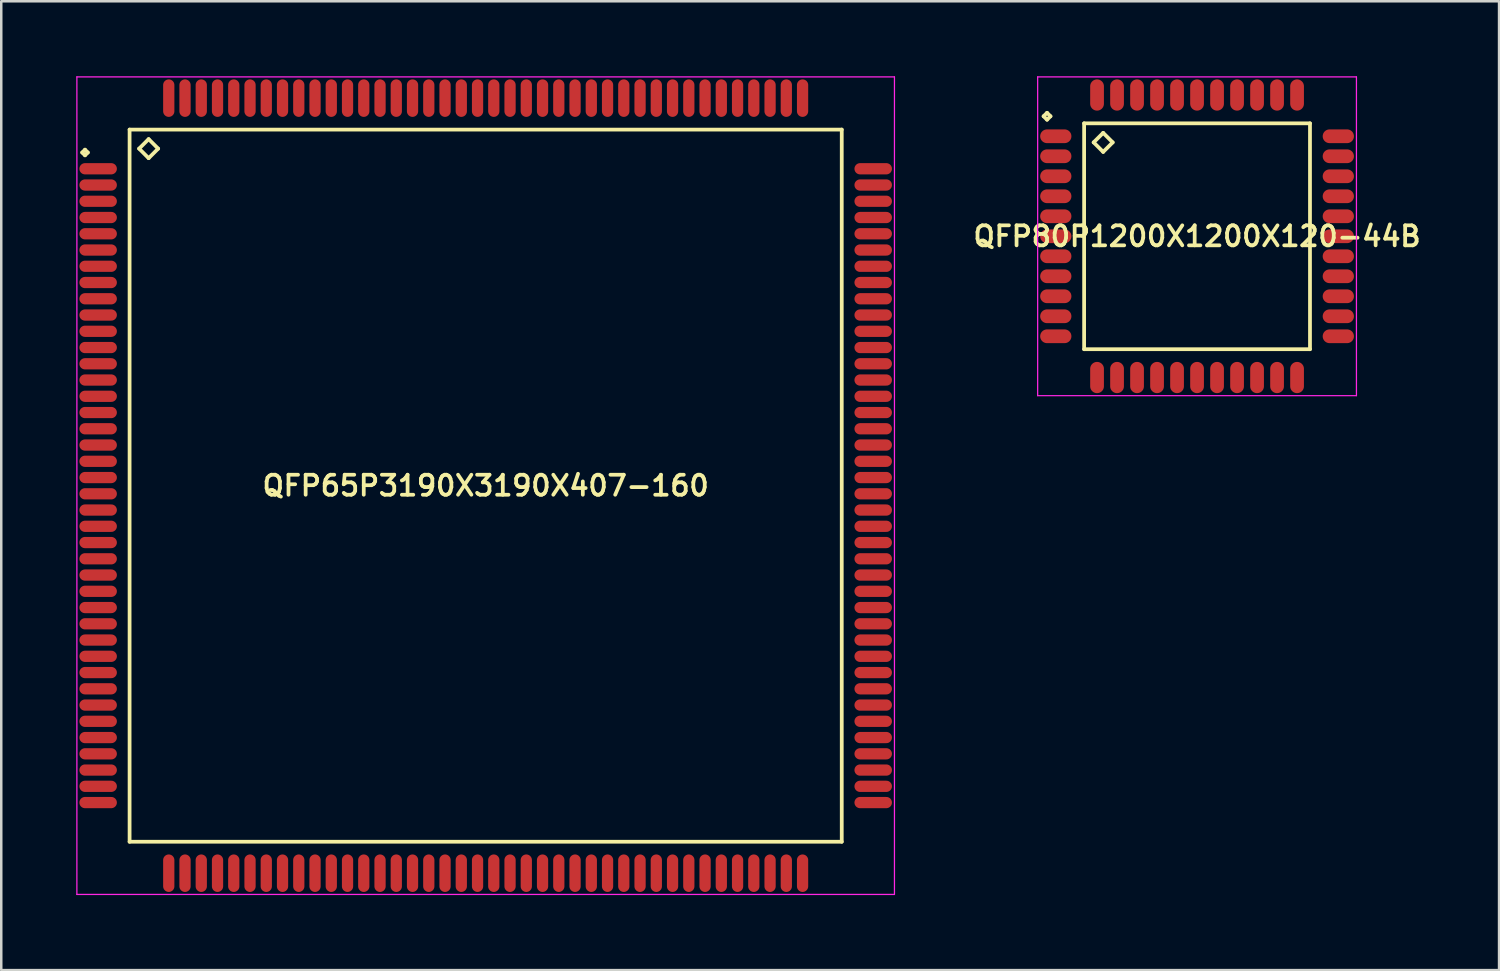
<source format=kicad_pcb>
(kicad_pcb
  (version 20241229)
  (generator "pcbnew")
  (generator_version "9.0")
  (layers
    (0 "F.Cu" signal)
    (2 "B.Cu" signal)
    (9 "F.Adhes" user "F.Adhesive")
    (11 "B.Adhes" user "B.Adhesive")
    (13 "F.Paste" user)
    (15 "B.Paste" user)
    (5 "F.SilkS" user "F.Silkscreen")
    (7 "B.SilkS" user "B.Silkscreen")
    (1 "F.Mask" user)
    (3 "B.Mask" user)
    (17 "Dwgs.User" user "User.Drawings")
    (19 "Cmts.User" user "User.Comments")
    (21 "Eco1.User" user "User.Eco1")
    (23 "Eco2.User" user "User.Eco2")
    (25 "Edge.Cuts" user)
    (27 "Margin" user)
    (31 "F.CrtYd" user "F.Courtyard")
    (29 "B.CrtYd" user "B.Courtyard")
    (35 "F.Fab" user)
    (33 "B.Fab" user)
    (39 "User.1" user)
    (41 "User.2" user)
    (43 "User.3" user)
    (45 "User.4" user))
  (footprint "QFP80P1200X1200X120-44B"
    (layer "F.Cu")
    (at 44.828 6.4)
    (property "Reference" "QFP80P1200X1200X120-44B" (at 0 0 0) (layer "F.SilkS") (effects (font (size 0.8 0.8) (thickness 0.15))))
    (attr smd)
    (fp_line (start -6.138 -4.8) (end -6 -4.938) (stroke (width 0.15) (type solid)) (layer "F.SilkS"))
    (fp_line (start -6 -4.938) (end -5.862 -4.8) (stroke (width 0.15) (type solid)) (layer "F.SilkS"))
    (fp_line (start -6 -4.662) (end -6.138 -4.8) (stroke (width 0.15) (type solid)) (layer "F.SilkS"))
    (fp_line (start -5.862 -4.8) (end -6 -4.662) (stroke (width 0.15) (type solid)) (layer "F.SilkS"))
    (fp_line (start -4.517 -4.517) (end -4.517 4.517) (stroke (width 0.15) (type solid)) (layer "F.SilkS"))
    (fp_line (start -4.517 4.517) (end 4.517 4.517) (stroke (width 0.15) (type solid)) (layer "F.SilkS"))
    (fp_line (start -4.136 -3.755) (end -3.755 -4.136) (stroke (width 0.15) (type solid)) (layer "F.SilkS"))
    (fp_line (start -3.755 -4.136) (end -3.374 -3.755) (stroke (width 0.15) (type solid)) (layer "F.SilkS"))
    (fp_line (start -3.755 -3.374) (end -4.136 -3.755) (stroke (width 0.15) (type solid)) (layer "F.SilkS"))
    (fp_line (start -3.374 -3.755) (end -3.755 -3.374) (stroke (width 0.15) (type solid)) (layer "F.SilkS"))
    (fp_line (start 4.517 -4.517) (end -4.517 -4.517) (stroke (width 0.15) (type solid)) (layer "F.SilkS"))
    (fp_line (start 4.517 4.517) (end 4.517 -4.517) (stroke (width 0.15) (type solid)) (layer "F.SilkS"))
    (fp_line (start -6.375 -6.375) (end 6.375 -6.375) (stroke (width 0.05) (type solid)) (layer "F.CrtYd"))
    (fp_line (start -6.375 6.375) (end -6.375 -6.375) (stroke (width 0.05) (type solid)) (layer "F.CrtYd"))
    (fp_line (start 6.375 -6.375) (end 6.375 6.375) (stroke (width 0.05) (type solid)) (layer "F.CrtYd"))
    (fp_line (start 6.375 6.375) (end -6.375 6.375) (stroke (width 0.05) (type solid)) (layer "F.CrtYd"))
    (pad "1" smd oval (at -5.65 -4) (size 1.25 0.55) (layers "F.Cu" "F.Mask" "F.Paste"))
    (pad "2" smd oval (at -5.65 -3.2) (size 1.25 0.55) (layers "F.Cu" "F.Mask" "F.Paste"))
    (pad "3" smd oval (at -5.65 -2.4) (size 1.25 0.55) (layers "F.Cu" "F.Mask" "F.Paste"))
    (pad "4" smd oval (at -5.65 -1.6) (size 1.25 0.55) (layers "F.Cu" "F.Mask" "F.Paste"))
    (pad "5" smd oval (at -5.65 -0.8) (size 1.25 0.55) (layers "F.Cu" "F.Mask" "F.Paste"))
    (pad "6" smd oval (at -5.65 0) (size 1.25 0.55) (layers "F.Cu" "F.Mask" "F.Paste"))
    (pad "7" smd oval (at -5.65 0.8) (size 1.25 0.55) (layers "F.Cu" "F.Mask" "F.Paste"))
    (pad "8" smd oval (at -5.65 1.6) (size 1.25 0.55) (layers "F.Cu" "F.Mask" "F.Paste"))
    (pad "9" smd oval (at -5.65 2.4) (size 1.25 0.55) (layers "F.Cu" "F.Mask" "F.Paste"))
    (pad "10" smd oval (at -5.65 3.2) (size 1.25 0.55) (layers "F.Cu" "F.Mask" "F.Paste"))
    (pad "11" smd oval (at -5.65 4) (size 1.25 0.55) (layers "F.Cu" "F.Mask" "F.Paste"))
    (pad "12" smd oval (at -4 5.65) (size 0.55 1.25) (layers "F.Cu" "F.Mask" "F.Paste"))
    (pad "13" smd oval (at -3.2 5.65) (size 0.55 1.25) (layers "F.Cu" "F.Mask" "F.Paste"))
    (pad "14" smd oval (at -2.4 5.65) (size 0.55 1.25) (layers "F.Cu" "F.Mask" "F.Paste"))
    (pad "15" smd oval (at -1.6 5.65) (size 0.55 1.25) (layers "F.Cu" "F.Mask" "F.Paste"))
    (pad "16" smd oval (at -0.8 5.65) (size 0.55 1.25) (layers "F.Cu" "F.Mask" "F.Paste"))
    (pad "17" smd oval (at 0 5.65) (size 0.55 1.25) (layers "F.Cu" "F.Mask" "F.Paste"))
    (pad "18" smd oval (at 0.8 5.65) (size 0.55 1.25) (layers "F.Cu" "F.Mask" "F.Paste"))
    (pad "19" smd oval (at 1.6 5.65) (size 0.55 1.25) (layers "F.Cu" "F.Mask" "F.Paste"))
    (pad "20" smd oval (at 2.4 5.65) (size 0.55 1.25) (layers "F.Cu" "F.Mask" "F.Paste"))
    (pad "21" smd oval (at 3.2 5.65) (size 0.55 1.25) (layers "F.Cu" "F.Mask" "F.Paste"))
    (pad "22" smd oval (at 4 5.65) (size 0.55 1.25) (layers "F.Cu" "F.Mask" "F.Paste"))
    (pad "23" smd oval (at 5.65 4) (size 1.25 0.55) (layers "F.Cu" "F.Mask" "F.Paste"))
    (pad "24" smd oval (at 5.65 3.2) (size 1.25 0.55) (layers "F.Cu" "F.Mask" "F.Paste"))
    (pad "25" smd oval (at 5.65 2.4) (size 1.25 0.55) (layers "F.Cu" "F.Mask" "F.Paste"))
    (pad "26" smd oval (at 5.65 1.6) (size 1.25 0.55) (layers "F.Cu" "F.Mask" "F.Paste"))
    (pad "27" smd oval (at 5.65 0.8) (size 1.25 0.55) (layers "F.Cu" "F.Mask" "F.Paste"))
    (pad "28" smd oval (at 5.65 0) (size 1.25 0.55) (layers "F.Cu" "F.Mask" "F.Paste"))
    (pad "29" smd oval (at 5.65 -0.8) (size 1.25 0.55) (layers "F.Cu" "F.Mask" "F.Paste"))
    (pad "30" smd oval (at 5.65 -1.6) (size 1.25 0.55) (layers "F.Cu" "F.Mask" "F.Paste"))
    (pad "31" smd oval (at 5.65 -2.4) (size 1.25 0.55) (layers "F.Cu" "F.Mask" "F.Paste"))
    (pad "32" smd oval (at 5.65 -3.2) (size 1.25 0.55) (layers "F.Cu" "F.Mask" "F.Paste"))
    (pad "33" smd oval (at 5.65 -4) (size 1.25 0.55) (layers "F.Cu" "F.Mask" "F.Paste"))
    (pad "34" smd oval (at 4 -5.65) (size 0.55 1.25) (layers "F.Cu" "F.Mask" "F.Paste"))
    (pad "35" smd oval (at 3.2 -5.65) (size 0.55 1.25) (layers "F.Cu" "F.Mask" "F.Paste"))
    (pad "36" smd oval (at 2.4 -5.65) (size 0.55 1.25) (layers "F.Cu" "F.Mask" "F.Paste"))
    (pad "37" smd oval (at 1.6 -5.65) (size 0.55 1.25) (layers "F.Cu" "F.Mask" "F.Paste"))
    (pad "38" smd oval (at 0.8 -5.65) (size 0.55 1.25) (layers "F.Cu" "F.Mask" "F.Paste"))
    (pad "39" smd oval (at 0 -5.65) (size 0.55 1.25) (layers "F.Cu" "F.Mask" "F.Paste"))
    (pad "40" smd oval (at -0.8 -5.65) (size 0.55 1.25) (layers "F.Cu" "F.Mask" "F.Paste"))
    (pad "41" smd oval (at -1.6 -5.65) (size 0.55 1.25) (layers "F.Cu" "F.Mask" "F.Paste"))
    (pad "42" smd oval (at -2.4 -5.65) (size 0.55 1.25) (layers "F.Cu" "F.Mask" "F.Paste"))
    (pad "43" smd oval (at -3.2 -5.65) (size 0.55 1.25) (layers "F.Cu" "F.Mask" "F.Paste"))
    (pad "44" smd oval (at -4 -5.65) (size 0.55 1.25) (layers "F.Cu" "F.Mask" "F.Paste")))
  (footprint "QFP65P3190X3190X407-160"
    (layer "F.Cu")
    (at 16.375 16.375)
    (property "Reference" "QFP65P3190X3190X407-160" (at 0 0 0) (layer "F.SilkS") (effects (font (size 0.8 0.8) (thickness 0.15))))
    (attr smd)
    (fp_line (start -16.137 -13.325) (end -16.025 -13.438) (stroke (width 0.15) (type solid)) (layer "F.SilkS"))
    (fp_line (start -16.025 -13.438) (end -15.912 -13.325) (stroke (width 0.15) (type solid)) (layer "F.SilkS"))
    (fp_line (start -16.025 -13.213) (end -16.137 -13.325) (stroke (width 0.15) (type solid)) (layer "F.SilkS"))
    (fp_line (start -15.912 -13.325) (end -16.025 -13.213) (stroke (width 0.15) (type solid)) (layer "F.SilkS"))
    (fp_line (start -14.242 -14.242) (end -14.242 14.242) (stroke (width 0.15) (type solid)) (layer "F.SilkS"))
    (fp_line (start -14.242 14.242) (end 14.242 14.242) (stroke (width 0.15) (type solid)) (layer "F.SilkS"))
    (fp_line (start -13.861 -13.48) (end -13.48 -13.861) (stroke (width 0.15) (type solid)) (layer "F.SilkS"))
    (fp_line (start -13.48 -13.861) (end -13.099 -13.48) (stroke (width 0.15) (type solid)) (layer "F.SilkS"))
    (fp_line (start -13.48 -13.099) (end -13.861 -13.48) (stroke (width 0.15) (type solid)) (layer "F.SilkS"))
    (fp_line (start -13.099 -13.48) (end -13.48 -13.099) (stroke (width 0.15) (type solid)) (layer "F.SilkS"))
    (fp_line (start 14.242 -14.242) (end -14.242 -14.242) (stroke (width 0.15) (type solid)) (layer "F.SilkS"))
    (fp_line (start 14.242 14.242) (end 14.242 -14.242) (stroke (width 0.15) (type solid)) (layer "F.SilkS"))
    (fp_line (start -16.35 -16.35) (end 16.35 -16.35) (stroke (width 0.05) (type solid)) (layer "F.CrtYd"))
    (fp_line (start -16.35 16.35) (end -16.35 -16.35) (stroke (width 0.05) (type solid)) (layer "F.CrtYd"))
    (fp_line (start 16.35 -16.35) (end 16.35 16.35) (stroke (width 0.05) (type solid)) (layer "F.CrtYd"))
    (fp_line (start 16.35 16.35) (end -16.35 16.35) (stroke (width 0.05) (type solid)) (layer "F.CrtYd"))
    (pad "1" smd oval (at -15.5 -12.675) (size 1.5 0.45) (layers "F.Cu" "F.Mask" "F.Paste"))
    (pad "2" smd oval (at -15.5 -12.025) (size 1.5 0.45) (layers "F.Cu" "F.Mask" "F.Paste"))
    (pad "3" smd oval (at -15.5 -11.375) (size 1.5 0.45) (layers "F.Cu" "F.Mask" "F.Paste"))
    (pad "4" smd oval (at -15.5 -10.725) (size 1.5 0.45) (layers "F.Cu" "F.Mask" "F.Paste"))
    (pad "5" smd oval (at -15.5 -10.075) (size 1.5 0.45) (layers "F.Cu" "F.Mask" "F.Paste"))
    (pad "6" smd oval (at -15.5 -9.425) (size 1.5 0.45) (layers "F.Cu" "F.Mask" "F.Paste"))
    (pad "7" smd oval (at -15.5 -8.775) (size 1.5 0.45) (layers "F.Cu" "F.Mask" "F.Paste"))
    (pad "8" smd oval (at -15.5 -8.125) (size 1.5 0.45) (layers "F.Cu" "F.Mask" "F.Paste"))
    (pad "9" smd oval (at -15.5 -7.475) (size 1.5 0.45) (layers "F.Cu" "F.Mask" "F.Paste"))
    (pad "10" smd oval (at -15.5 -6.825) (size 1.5 0.45) (layers "F.Cu" "F.Mask" "F.Paste"))
    (pad "11" smd oval (at -15.5 -6.175) (size 1.5 0.45) (layers "F.Cu" "F.Mask" "F.Paste"))
    (pad "12" smd oval (at -15.5 -5.525) (size 1.5 0.45) (layers "F.Cu" "F.Mask" "F.Paste"))
    (pad "13" smd oval (at -15.5 -4.875) (size 1.5 0.45) (layers "F.Cu" "F.Mask" "F.Paste"))
    (pad "14" smd oval (at -15.5 -4.225) (size 1.5 0.45) (layers "F.Cu" "F.Mask" "F.Paste"))
    (pad "15" smd oval (at -15.5 -3.575) (size 1.5 0.45) (layers "F.Cu" "F.Mask" "F.Paste"))
    (pad "16" smd oval (at -15.5 -2.925) (size 1.5 0.45) (layers "F.Cu" "F.Mask" "F.Paste"))
    (pad "17" smd oval (at -15.5 -2.275) (size 1.5 0.45) (layers "F.Cu" "F.Mask" "F.Paste"))
    (pad "18" smd oval (at -15.5 -1.625) (size 1.5 0.45) (layers "F.Cu" "F.Mask" "F.Paste"))
    (pad "19" smd oval (at -15.5 -0.975) (size 1.5 0.45) (layers "F.Cu" "F.Mask" "F.Paste"))
    (pad "20" smd oval (at -15.5 -0.325) (size 1.5 0.45) (layers "F.Cu" "F.Mask" "F.Paste"))
    (pad "21" smd oval (at -15.5 0.325) (size 1.5 0.45) (layers "F.Cu" "F.Mask" "F.Paste"))
    (pad "22" smd oval (at -15.5 0.975) (size 1.5 0.45) (layers "F.Cu" "F.Mask" "F.Paste"))
    (pad "23" smd oval (at -15.5 1.625) (size 1.5 0.45) (layers "F.Cu" "F.Mask" "F.Paste"))
    (pad "24" smd oval (at -15.5 2.275) (size 1.5 0.45) (layers "F.Cu" "F.Mask" "F.Paste"))
    (pad "25" smd oval (at -15.5 2.925) (size 1.5 0.45) (layers "F.Cu" "F.Mask" "F.Paste"))
    (pad "26" smd oval (at -15.5 3.575) (size 1.5 0.45) (layers "F.Cu" "F.Mask" "F.Paste"))
    (pad "27" smd oval (at -15.5 4.225) (size 1.5 0.45) (layers "F.Cu" "F.Mask" "F.Paste"))
    (pad "28" smd oval (at -15.5 4.875) (size 1.5 0.45) (layers "F.Cu" "F.Mask" "F.Paste"))
    (pad "29" smd oval (at -15.5 5.525) (size 1.5 0.45) (layers "F.Cu" "F.Mask" "F.Paste"))
    (pad "30" smd oval (at -15.5 6.175) (size 1.5 0.45) (layers "F.Cu" "F.Mask" "F.Paste"))
    (pad "31" smd oval (at -15.5 6.825) (size 1.5 0.45) (layers "F.Cu" "F.Mask" "F.Paste"))
    (pad "32" smd oval (at -15.5 7.475) (size 1.5 0.45) (layers "F.Cu" "F.Mask" "F.Paste"))
    (pad "33" smd oval (at -15.5 8.125) (size 1.5 0.45) (layers "F.Cu" "F.Mask" "F.Paste"))
    (pad "34" smd oval (at -15.5 8.775) (size 1.5 0.45) (layers "F.Cu" "F.Mask" "F.Paste"))
    (pad "35" smd oval (at -15.5 9.425) (size 1.5 0.45) (layers "F.Cu" "F.Mask" "F.Paste"))
    (pad "36" smd oval (at -15.5 10.075) (size 1.5 0.45) (layers "F.Cu" "F.Mask" "F.Paste"))
    (pad "37" smd oval (at -15.5 10.725) (size 1.5 0.45) (layers "F.Cu" "F.Mask" "F.Paste"))
    (pad "38" smd oval (at -15.5 11.375) (size 1.5 0.45) (layers "F.Cu" "F.Mask" "F.Paste"))
    (pad "39" smd oval (at -15.5 12.025) (size 1.5 0.45) (layers "F.Cu" "F.Mask" "F.Paste"))
    (pad "40" smd oval (at -15.5 12.675) (size 1.5 0.45) (layers "F.Cu" "F.Mask" "F.Paste"))
    (pad "41" smd oval (at -12.675 15.5) (size 0.45 1.5) (layers "F.Cu" "F.Mask" "F.Paste"))
    (pad "42" smd oval (at -12.025 15.5) (size 0.45 1.5) (layers "F.Cu" "F.Mask" "F.Paste"))
    (pad "43" smd oval (at -11.375 15.5) (size 0.45 1.5) (layers "F.Cu" "F.Mask" "F.Paste"))
    (pad "44" smd oval (at -10.725 15.5) (size 0.45 1.5) (layers "F.Cu" "F.Mask" "F.Paste"))
    (pad "45" smd oval (at -10.075 15.5) (size 0.45 1.5) (layers "F.Cu" "F.Mask" "F.Paste"))
    (pad "46" smd oval (at -9.425 15.5) (size 0.45 1.5) (layers "F.Cu" "F.Mask" "F.Paste"))
    (pad "47" smd oval (at -8.775 15.5) (size 0.45 1.5) (layers "F.Cu" "F.Mask" "F.Paste"))
    (pad "48" smd oval (at -8.125 15.5) (size 0.45 1.5) (layers "F.Cu" "F.Mask" "F.Paste"))
    (pad "49" smd oval (at -7.475 15.5) (size 0.45 1.5) (layers "F.Cu" "F.Mask" "F.Paste"))
    (pad "50" smd oval (at -6.825 15.5) (size 0.45 1.5) (layers "F.Cu" "F.Mask" "F.Paste"))
    (pad "51" smd oval (at -6.175 15.5) (size 0.45 1.5) (layers "F.Cu" "F.Mask" "F.Paste"))
    (pad "52" smd oval (at -5.525 15.5) (size 0.45 1.5) (layers "F.Cu" "F.Mask" "F.Paste"))
    (pad "53" smd oval (at -4.875 15.5) (size 0.45 1.5) (layers "F.Cu" "F.Mask" "F.Paste"))
    (pad "54" smd oval (at -4.225 15.5) (size 0.45 1.5) (layers "F.Cu" "F.Mask" "F.Paste"))
    (pad "55" smd oval (at -3.575 15.5) (size 0.45 1.5) (layers "F.Cu" "F.Mask" "F.Paste"))
    (pad "56" smd oval (at -2.925 15.5) (size 0.45 1.5) (layers "F.Cu" "F.Mask" "F.Paste"))
    (pad "57" smd oval (at -2.275 15.5) (size 0.45 1.5) (layers "F.Cu" "F.Mask" "F.Paste"))
    (pad "58" smd oval (at -1.625 15.5) (size 0.45 1.5) (layers "F.Cu" "F.Mask" "F.Paste"))
    (pad "59" smd oval (at -0.975 15.5) (size 0.45 1.5) (layers "F.Cu" "F.Mask" "F.Paste"))
    (pad "60" smd oval (at -0.325 15.5) (size 0.45 1.5) (layers "F.Cu" "F.Mask" "F.Paste"))
    (pad "61" smd oval (at 0.325 15.5) (size 0.45 1.5) (layers "F.Cu" "F.Mask" "F.Paste"))
    (pad "62" smd oval (at 0.975 15.5) (size 0.45 1.5) (layers "F.Cu" "F.Mask" "F.Paste"))
    (pad "63" smd oval (at 1.625 15.5) (size 0.45 1.5) (layers "F.Cu" "F.Mask" "F.Paste"))
    (pad "64" smd oval (at 2.275 15.5) (size 0.45 1.5) (layers "F.Cu" "F.Mask" "F.Paste"))
    (pad "65" smd oval (at 2.925 15.5) (size 0.45 1.5) (layers "F.Cu" "F.Mask" "F.Paste"))
    (pad "66" smd oval (at 3.575 15.5) (size 0.45 1.5) (layers "F.Cu" "F.Mask" "F.Paste"))
    (pad "67" smd oval (at 4.225 15.5) (size 0.45 1.5) (layers "F.Cu" "F.Mask" "F.Paste"))
    (pad "68" smd oval (at 4.875 15.5) (size 0.45 1.5) (layers "F.Cu" "F.Mask" "F.Paste"))
    (pad "69" smd oval (at 5.525 15.5) (size 0.45 1.5) (layers "F.Cu" "F.Mask" "F.Paste"))
    (pad "70" smd oval (at 6.175 15.5) (size 0.45 1.5) (layers "F.Cu" "F.Mask" "F.Paste"))
    (pad "71" smd oval (at 6.825 15.5) (size 0.45 1.5) (layers "F.Cu" "F.Mask" "F.Paste"))
    (pad "72" smd oval (at 7.475 15.5) (size 0.45 1.5) (layers "F.Cu" "F.Mask" "F.Paste"))
    (pad "73" smd oval (at 8.125 15.5) (size 0.45 1.5) (layers "F.Cu" "F.Mask" "F.Paste"))
    (pad "74" smd oval (at 8.775 15.5) (size 0.45 1.5) (layers "F.Cu" "F.Mask" "F.Paste"))
    (pad "75" smd oval (at 9.425 15.5) (size 0.45 1.5) (layers "F.Cu" "F.Mask" "F.Paste"))
    (pad "76" smd oval (at 10.075 15.5) (size 0.45 1.5) (layers "F.Cu" "F.Mask" "F.Paste"))
    (pad "77" smd oval (at 10.725 15.5) (size 0.45 1.5) (layers "F.Cu" "F.Mask" "F.Paste"))
    (pad "78" smd oval (at 11.375 15.5) (size 0.45 1.5) (layers "F.Cu" "F.Mask" "F.Paste"))
    (pad "79" smd oval (at 12.025 15.5) (size 0.45 1.5) (layers "F.Cu" "F.Mask" "F.Paste"))
    (pad "80" smd oval (at 12.675 15.5) (size 0.45 1.5) (layers "F.Cu" "F.Mask" "F.Paste"))
    (pad "81" smd oval (at 15.5 12.675) (size 1.5 0.45) (layers "F.Cu" "F.Mask" "F.Paste"))
    (pad "82" smd oval (at 15.5 12.025) (size 1.5 0.45) (layers "F.Cu" "F.Mask" "F.Paste"))
    (pad "83" smd oval (at 15.5 11.375) (size 1.5 0.45) (layers "F.Cu" "F.Mask" "F.Paste"))
    (pad "84" smd oval (at 15.5 10.725) (size 1.5 0.45) (layers "F.Cu" "F.Mask" "F.Paste"))
    (pad "85" smd oval (at 15.5 10.075) (size 1.5 0.45) (layers "F.Cu" "F.Mask" "F.Paste"))
    (pad "86" smd oval (at 15.5 9.425) (size 1.5 0.45) (layers "F.Cu" "F.Mask" "F.Paste"))
    (pad "87" smd oval (at 15.5 8.775) (size 1.5 0.45) (layers "F.Cu" "F.Mask" "F.Paste"))
    (pad "88" smd oval (at 15.5 8.125) (size 1.5 0.45) (layers "F.Cu" "F.Mask" "F.Paste"))
    (pad "89" smd oval (at 15.5 7.475) (size 1.5 0.45) (layers "F.Cu" "F.Mask" "F.Paste"))
    (pad "90" smd oval (at 15.5 6.825) (size 1.5 0.45) (layers "F.Cu" "F.Mask" "F.Paste"))
    (pad "91" smd oval (at 15.5 6.175) (size 1.5 0.45) (layers "F.Cu" "F.Mask" "F.Paste"))
    (pad "92" smd oval (at 15.5 5.525) (size 1.5 0.45) (layers "F.Cu" "F.Mask" "F.Paste"))
    (pad "93" smd oval (at 15.5 4.875) (size 1.5 0.45) (layers "F.Cu" "F.Mask" "F.Paste"))
    (pad "94" smd oval (at 15.5 4.225) (size 1.5 0.45) (layers "F.Cu" "F.Mask" "F.Paste"))
    (pad "95" smd oval (at 15.5 3.575) (size 1.5 0.45) (layers "F.Cu" "F.Mask" "F.Paste"))
    (pad "96" smd oval (at 15.5 2.925) (size 1.5 0.45) (layers "F.Cu" "F.Mask" "F.Paste"))
    (pad "97" smd oval (at 15.5 2.275) (size 1.5 0.45) (layers "F.Cu" "F.Mask" "F.Paste"))
    (pad "98" smd oval (at 15.5 1.625) (size 1.5 0.45) (layers "F.Cu" "F.Mask" "F.Paste"))
    (pad "99" smd oval (at 15.5 0.975) (size 1.5 0.45) (layers "F.Cu" "F.Mask" "F.Paste"))
    (pad "100" smd oval (at 15.5 0.325) (size 1.5 0.45) (layers "F.Cu" "F.Mask" "F.Paste"))
    (pad "101" smd oval (at 15.5 -0.325) (size 1.5 0.45) (layers "F.Cu" "F.Mask" "F.Paste"))
    (pad "102" smd oval (at 15.5 -0.975) (size 1.5 0.45) (layers "F.Cu" "F.Mask" "F.Paste"))
    (pad "103" smd oval (at 15.5 -1.625) (size 1.5 0.45) (layers "F.Cu" "F.Mask" "F.Paste"))
    (pad "104" smd oval (at 15.5 -2.275) (size 1.5 0.45) (layers "F.Cu" "F.Mask" "F.Paste"))
    (pad "105" smd oval (at 15.5 -2.925) (size 1.5 0.45) (layers "F.Cu" "F.Mask" "F.Paste"))
    (pad "106" smd oval (at 15.5 -3.575) (size 1.5 0.45) (layers "F.Cu" "F.Mask" "F.Paste"))
    (pad "107" smd oval (at 15.5 -4.225) (size 1.5 0.45) (layers "F.Cu" "F.Mask" "F.Paste"))
    (pad "108" smd oval (at 15.5 -4.875) (size 1.5 0.45) (layers "F.Cu" "F.Mask" "F.Paste"))
    (pad "109" smd oval (at 15.5 -5.525) (size 1.5 0.45) (layers "F.Cu" "F.Mask" "F.Paste"))
    (pad "110" smd oval (at 15.5 -6.175) (size 1.5 0.45) (layers "F.Cu" "F.Mask" "F.Paste"))
    (pad "111" smd oval (at 15.5 -6.825) (size 1.5 0.45) (layers "F.Cu" "F.Mask" "F.Paste"))
    (pad "112" smd oval (at 15.5 -7.475) (size 1.5 0.45) (layers "F.Cu" "F.Mask" "F.Paste"))
    (pad "113" smd oval (at 15.5 -8.125) (size 1.5 0.45) (layers "F.Cu" "F.Mask" "F.Paste"))
    (pad "114" smd oval (at 15.5 -8.775) (size 1.5 0.45) (layers "F.Cu" "F.Mask" "F.Paste"))
    (pad "115" smd oval (at 15.5 -9.425) (size 1.5 0.45) (layers "F.Cu" "F.Mask" "F.Paste"))
    (pad "116" smd oval (at 15.5 -10.075) (size 1.5 0.45) (layers "F.Cu" "F.Mask" "F.Paste"))
    (pad "117" smd oval (at 15.5 -10.725) (size 1.5 0.45) (layers "F.Cu" "F.Mask" "F.Paste"))
    (pad "118" smd oval (at 15.5 -11.375) (size 1.5 0.45) (layers "F.Cu" "F.Mask" "F.Paste"))
    (pad "119" smd oval (at 15.5 -12.025) (size 1.5 0.45) (layers "F.Cu" "F.Mask" "F.Paste"))
    (pad "120" smd oval (at 15.5 -12.675) (size 1.5 0.45) (layers "F.Cu" "F.Mask" "F.Paste"))
    (pad "121" smd oval (at 12.675 -15.5) (size 0.45 1.5) (layers "F.Cu" "F.Mask" "F.Paste"))
    (pad "122" smd oval (at 12.025 -15.5) (size 0.45 1.5) (layers "F.Cu" "F.Mask" "F.Paste"))
    (pad "123" smd oval (at 11.375 -15.5) (size 0.45 1.5) (layers "F.Cu" "F.Mask" "F.Paste"))
    (pad "124" smd oval (at 10.725 -15.5) (size 0.45 1.5) (layers "F.Cu" "F.Mask" "F.Paste"))
    (pad "125" smd oval (at 10.075 -15.5) (size 0.45 1.5) (layers "F.Cu" "F.Mask" "F.Paste"))
    (pad "126" smd oval (at 9.425 -15.5) (size 0.45 1.5) (layers "F.Cu" "F.Mask" "F.Paste"))
    (pad "127" smd oval (at 8.775 -15.5) (size 0.45 1.5) (layers "F.Cu" "F.Mask" "F.Paste"))
    (pad "128" smd oval (at 8.125 -15.5) (size 0.45 1.5) (layers "F.Cu" "F.Mask" "F.Paste"))
    (pad "129" smd oval (at 7.475 -15.5) (size 0.45 1.5) (layers "F.Cu" "F.Mask" "F.Paste"))
    (pad "130" smd oval (at 6.825 -15.5) (size 0.45 1.5) (layers "F.Cu" "F.Mask" "F.Paste"))
    (pad "131" smd oval (at 6.175 -15.5) (size 0.45 1.5) (layers "F.Cu" "F.Mask" "F.Paste"))
    (pad "132" smd oval (at 5.525 -15.5) (size 0.45 1.5) (layers "F.Cu" "F.Mask" "F.Paste"))
    (pad "133" smd oval (at 4.875 -15.5) (size 0.45 1.5) (layers "F.Cu" "F.Mask" "F.Paste"))
    (pad "134" smd oval (at 4.225 -15.5) (size 0.45 1.5) (layers "F.Cu" "F.Mask" "F.Paste"))
    (pad "135" smd oval (at 3.575 -15.5) (size 0.45 1.5) (layers "F.Cu" "F.Mask" "F.Paste"))
    (pad "136" smd oval (at 2.925 -15.5) (size 0.45 1.5) (layers "F.Cu" "F.Mask" "F.Paste"))
    (pad "137" smd oval (at 2.275 -15.5) (size 0.45 1.5) (layers "F.Cu" "F.Mask" "F.Paste"))
    (pad "138" smd oval (at 1.625 -15.5) (size 0.45 1.5) (layers "F.Cu" "F.Mask" "F.Paste"))
    (pad "139" smd oval (at 0.975 -15.5) (size 0.45 1.5) (layers "F.Cu" "F.Mask" "F.Paste"))
    (pad "140" smd oval (at 0.325 -15.5) (size 0.45 1.5) (layers "F.Cu" "F.Mask" "F.Paste"))
    (pad "141" smd oval (at -0.325 -15.5) (size 0.45 1.5) (layers "F.Cu" "F.Mask" "F.Paste"))
    (pad "142" smd oval (at -0.975 -15.5) (size 0.45 1.5) (layers "F.Cu" "F.Mask" "F.Paste"))
    (pad "143" smd oval (at -1.625 -15.5) (size 0.45 1.5) (layers "F.Cu" "F.Mask" "F.Paste"))
    (pad "144" smd oval (at -2.275 -15.5) (size 0.45 1.5) (layers "F.Cu" "F.Mask" "F.Paste"))
    (pad "145" smd oval (at -2.925 -15.5) (size 0.45 1.5) (layers "F.Cu" "F.Mask" "F.Paste"))
    (pad "146" smd oval (at -3.575 -15.5) (size 0.45 1.5) (layers "F.Cu" "F.Mask" "F.Paste"))
    (pad "147" smd oval (at -4.225 -15.5) (size 0.45 1.5) (layers "F.Cu" "F.Mask" "F.Paste"))
    (pad "148" smd oval (at -4.875 -15.5) (size 0.45 1.5) (layers "F.Cu" "F.Mask" "F.Paste"))
    (pad "149" smd oval (at -5.525 -15.5) (size 0.45 1.5) (layers "F.Cu" "F.Mask" "F.Paste"))
    (pad "150" smd oval (at -6.175 -15.5) (size 0.45 1.5) (layers "F.Cu" "F.Mask" "F.Paste"))
    (pad "151" smd oval (at -6.825 -15.5) (size 0.45 1.5) (layers "F.Cu" "F.Mask" "F.Paste"))
    (pad "152" smd oval (at -7.475 -15.5) (size 0.45 1.5) (layers "F.Cu" "F.Mask" "F.Paste"))
    (pad "153" smd oval (at -8.125 -15.5) (size 0.45 1.5) (layers "F.Cu" "F.Mask" "F.Paste"))
    (pad "154" smd oval (at -8.775 -15.5) (size 0.45 1.5) (layers "F.Cu" "F.Mask" "F.Paste"))
    (pad "155" smd oval (at -9.425 -15.5) (size 0.45 1.5) (layers "F.Cu" "F.Mask" "F.Paste"))
    (pad "156" smd oval (at -10.075 -15.5) (size 0.45 1.5) (layers "F.Cu" "F.Mask" "F.Paste"))
    (pad "157" smd oval (at -10.725 -15.5) (size 0.45 1.5) (layers "F.Cu" "F.Mask" "F.Paste"))
    (pad "158" smd oval (at -11.375 -15.5) (size 0.45 1.5) (layers "F.Cu" "F.Mask" "F.Paste"))
    (pad "159" smd oval (at -12.025 -15.5) (size 0.45 1.5) (layers "F.Cu" "F.Mask" "F.Paste"))
    (pad "160" smd oval (at -12.675 -15.5) (size 0.45 1.5) (layers "F.Cu" "F.Mask" "F.Paste")))
  (gr_rect
    (start -3 -3)
    (end 56.907 35.75)
    (stroke (width 0.1) (type default))
    (fill no)
    (layer "Edge.Cuts")))
</source>
